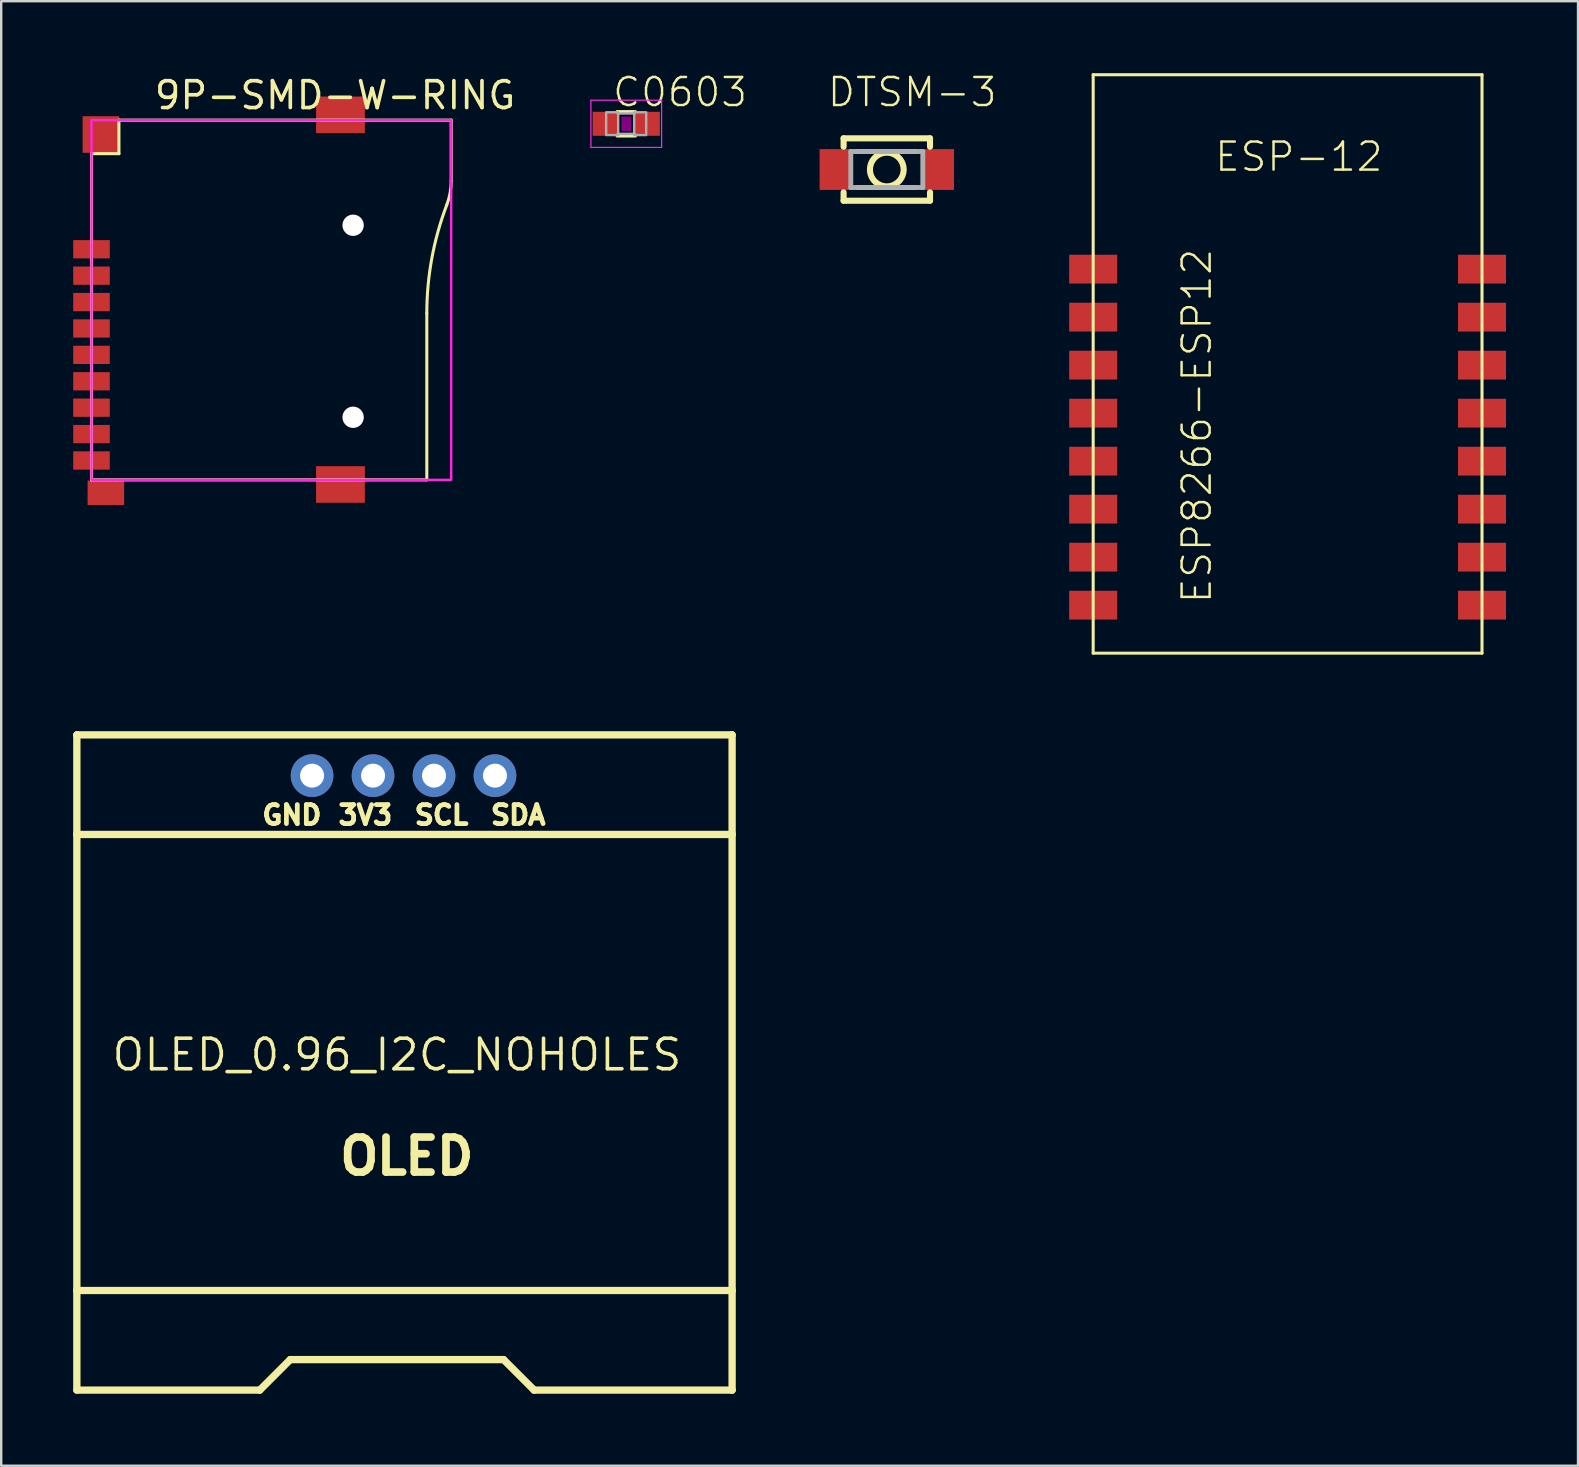
<source format=kicad_pcb>
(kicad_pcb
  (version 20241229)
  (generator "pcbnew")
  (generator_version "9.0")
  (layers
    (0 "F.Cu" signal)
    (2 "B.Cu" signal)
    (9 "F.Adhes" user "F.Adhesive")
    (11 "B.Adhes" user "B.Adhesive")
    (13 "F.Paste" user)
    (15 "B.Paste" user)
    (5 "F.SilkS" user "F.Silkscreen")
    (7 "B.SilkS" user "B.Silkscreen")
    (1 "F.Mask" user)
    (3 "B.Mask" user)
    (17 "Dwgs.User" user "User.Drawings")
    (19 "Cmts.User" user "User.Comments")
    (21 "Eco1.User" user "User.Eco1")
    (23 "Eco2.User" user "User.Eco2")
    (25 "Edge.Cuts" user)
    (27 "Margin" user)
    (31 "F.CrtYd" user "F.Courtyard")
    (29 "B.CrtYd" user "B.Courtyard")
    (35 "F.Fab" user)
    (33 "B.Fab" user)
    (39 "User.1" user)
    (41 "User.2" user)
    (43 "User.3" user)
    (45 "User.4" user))
  (footprint "ESP8266-ESP12"
    (layer "F.Cu")
    (at 42.495 24.163)
    (property "Reference" "ESP8266-ESP12" (at 5 -2 90) (unlocked yes) (layer "F.SilkS") (effects (font (size 1.168 1.168) (thickness 0.102)) (justify left bottom)))
    (fp_line (start 0 -24.1) (end 0 0) (stroke (width 0.127) (type solid)) (layer "F.SilkS"))
    (fp_line (start 0 0) (end 16.2 0) (stroke (width 0.127) (type solid)) (layer "F.SilkS"))
    (fp_line (start 16.2 -24.1) (end 0 -24.1) (stroke (width 0.127) (type solid)) (layer "F.SilkS"))
    (fp_line (start 16.2 0) (end 16.2 -24.1) (stroke (width 0.127) (type solid)) (layer "F.SilkS"))
    (fp_text user "ESP-12" (at 5 -20 0) (unlocked yes) (layer "F.SilkS") (effects (font (size 1.168 1.168) (thickness 0.102)) (justify left bottom)))
    (pad "1" smd rect (at 16.2 -2) (size 2 1.2) (layers "F.Cu" "F.Mask" "F.Paste"))
    (pad "2" smd rect (at 16.2 -4) (size 2 1.2) (layers "F.Cu" "F.Mask" "F.Paste"))
    (pad "3" smd rect (at 16.2 -6) (size 2 1.2) (layers "F.Cu" "F.Mask" "F.Paste"))
    (pad "4" smd rect (at 16.2 -8) (size 2 1.2) (layers "F.Cu" "F.Mask" "F.Paste"))
    (pad "5" smd rect (at 16.2 -10) (size 2 1.2) (layers "F.Cu" "F.Mask" "F.Paste"))
    (pad "6" smd rect (at 16.2 -12) (size 2 1.2) (layers "F.Cu" "F.Mask" "F.Paste"))
    (pad "7" smd rect (at 16.2 -14) (size 2 1.2) (layers "F.Cu" "F.Mask" "F.Paste"))
    (pad "8" smd rect (at 16.2 -16) (size 2 1.2) (layers "F.Cu" "F.Mask" "F.Paste"))
    (pad "9" smd rect (at 0 -16) (size 2 1.2) (layers "F.Cu" "F.Mask" "F.Paste"))
    (pad "10" smd rect (at 0 -14) (size 2 1.2) (layers "F.Cu" "F.Mask" "F.Paste"))
    (pad "11" smd rect (at 0 -12) (size 2 1.2) (layers "F.Cu" "F.Mask" "F.Paste"))
    (pad "12" smd rect (at 0 -10) (size 2 1.2) (layers "F.Cu" "F.Mask" "F.Paste"))
    (pad "13" smd rect (at 0 -8) (size 2 1.2) (layers "F.Cu" "F.Mask" "F.Paste"))
    (pad "14" smd rect (at 0 -6) (size 2 1.2) (layers "F.Cu" "F.Mask" "F.Paste"))
    (pad "15" smd rect (at 0 -4) (size 2 1.2) (layers "F.Cu" "F.Mask" "F.Paste"))
    (pad "16" smd rect (at 0 -2) (size 2 1.2) (layers "F.Cu" "F.Mask" "F.Paste")))
  (footprint "DTSM-3"
    (layer "F.Cu")
    (at 33.897 4.013)
    (property "Reference" "DTSM-3" (at -2.54 -2.54 0) (unlocked yes) (layer "F.SilkS") (effects (font (size 1.168 1.168) (thickness 0.102)) (justify left bottom)))
    (fp_line (start -1.8 -1.3) (end 1.8 -1.3) (stroke (width 0.254) (type solid)) (layer "F.SilkS"))
    (fp_line (start -1.8 -0.95) (end -1.8 -1.3) (stroke (width 0.254) (type solid)) (layer "F.SilkS"))
    (fp_line (start -1.8 0.95) (end -1.8 1.3) (stroke (width 0.254) (type solid)) (layer "F.SilkS"))
    (fp_line (start -1.8 1.3) (end 1.8 1.3) (stroke (width 0.254) (type solid)) (layer "F.SilkS"))
    (fp_line (start -1.25 -0.75) (end 1.25 -0.75) (stroke (width 0.203) (type solid)) (layer "F.SilkS"))
    (fp_line (start -1.25 0.75) (end 1.2 0.75) (stroke (width 0.203) (type solid)) (layer "F.SilkS"))
    (fp_line (start 1.8 -1.3) (end 1.8 -0.95) (stroke (width 0.254) (type solid)) (layer "F.SilkS"))
    (fp_line (start 1.8 1.3) (end 1.8 0.95) (stroke (width 0.254) (type solid)) (layer "F.SilkS"))
    (fp_circle (center 0 0) (end 0.702 0) (stroke (width 0.254) (type solid)) (fill no) (layer "F.SilkS"))
    (fp_line (start -1.5 -0.75) (end 1.5 -0.75) (stroke (width 0.203) (type solid)) (layer "F.Fab"))
    (fp_line (start -1.5 0.75) (end -1.5 -0.75) (stroke (width 0.203) (type solid)) (layer "F.Fab"))
    (fp_line (start 1.5 -0.75) (end 1.5 0.75) (stroke (width 0.203) (type solid)) (layer "F.Fab"))
    (fp_line (start 1.5 0.75) (end -1.5 0.75) (stroke (width 0.203) (type solid)) (layer "F.Fab"))
    (pad "1" smd rect (at -2.15 0) (size 1.3 1.7) (layers "F.Cu" "F.Mask" "F.Paste"))
    (pad "2" smd rect (at 2.15 0) (size 1.3 1.7) (layers "F.Cu" "F.Mask" "F.Paste")))
  (footprint "9P-SMD-W-RING"
    (layer "F.Cu")
    (at 8.255 9.449)
    (property "Reference" "9P-SMD-W-RING" (at -4.953 -7.874 0) (unlocked yes) (layer "F.SilkS") (effects (font (size 1.118 1.118) (thickness 0.152)) (justify left bottom)))
    (fp_line (start -7.493 -6.096) (end -6.35 -6.096) (stroke (width 0.127) (type solid)) (layer "F.SilkS"))
    (fp_line (start -7.493 7.493) (end -7.493 -6.096) (stroke (width 0.127) (type solid)) (layer "F.SilkS"))
    (fp_line (start -6.35 -7.493) (end 7.493 -7.493) (stroke (width 0.127) (type solid)) (layer "F.SilkS"))
    (fp_line (start -6.35 -6.096) (end -6.35 -7.493) (stroke (width 0.127) (type solid)) (layer "F.SilkS"))
    (fp_line (start 6.477 0.559) (end 6.477 7.493) (stroke (width 0.127) (type solid)) (layer "F.SilkS"))
    (fp_line (start 6.477 7.493) (end -7.493 7.493) (stroke (width 0.127) (type solid)) (layer "F.SilkS"))
    (fp_line (start 7.493 -7.493) (end 7.493 -4.962) (stroke (width 0.127) (type solid)) (layer "F.SilkS"))
    (fp_arc (start 6.477 0.5591) (mid 6.686734 -1.739408) (end 7.309 -3.962) (stroke (width 0.127) (type solid)) (layer "F.SilkS"))
    (fp_arc (start 7.493 -4.9619) (mid 7.446621 -4.453555) (end 7.309 -3.962) (stroke (width 0.127) (type solid)) (layer "F.SilkS"))
    (fp_poly (pts (xy -7.493 7.493) (xy 7.493 7.493) (xy 7.493 -7.493) (xy -7.493 -7.493)) (stroke (width 0.1) (type default)) (fill no) (layer "F.CrtYd"))
    (pad "" np_thru_hole circle (at 3.407 -3.114) (size 0.889 0.889) (drill 0.889) (layers "*.Cu" "*.Mask"))
    (pad "" np_thru_hole circle (at 3.407 4.886) (size 0.889 0.889) (drill 0.889) (layers "*.Cu" "*.Mask"))
    (pad "1" smd rect (at -7.493 -2.114) (size 1.524 0.762) (layers "F.Cu" "F.Mask" "F.Paste"))
    (pad "2" smd rect (at -7.493 -1.014) (size 1.524 0.762) (layers "F.Cu" "F.Mask" "F.Paste"))
    (pad "3" smd rect (at -7.493 0.086) (size 1.524 0.762) (layers "F.Cu" "F.Mask" "F.Paste"))
    (pad "4" smd rect (at -7.493 1.186) (size 1.524 0.762) (layers "F.Cu" "F.Mask" "F.Paste"))
    (pad "5" smd rect (at -7.493 2.286) (size 1.524 0.762) (layers "F.Cu" "F.Mask" "F.Paste"))
    (pad "6" smd rect (at -7.493 3.386) (size 1.524 0.762) (layers "F.Cu" "F.Mask" "F.Paste"))
    (pad "7" smd rect (at -7.493 4.486) (size 1.524 0.762) (layers "F.Cu" "F.Mask" "F.Paste"))
    (pad "8" smd rect (at -7.493 5.586) (size 1.524 0.762) (layers "F.Cu" "F.Mask" "F.Paste"))
    (pad "9" smd rect (at -7.493 6.686) (size 1.524 0.762) (layers "F.Cu" "F.Mask" "F.Paste"))
    (pad "G1" smd rect (at -6.893 8.032) (size 1.524 1.016) (layers "F.Cu" "F.Mask" "F.Paste"))
    (pad "G2" smd rect (at 2.88 7.686) (size 2.032 1.524) (layers "F.Cu" "F.Mask" "F.Paste"))
    (pad "G3" smd rect (at 2.88 -7.714) (size 2.032 1.524) (layers "F.Cu" "F.Mask" "F.Paste"))
    (pad "G4" smd rect (at -7.101 -6.895) (size 1.524 1.524) (layers "F.Cu" "F.Mask" "F.Paste")))
  (footprint "OLED_0.96_I2C_NOHOLES"
    (layer "F.Cu")
    (at 13.487 40.896)
    (property "Reference" "OLED_0.96_I2C_NOHOLES" (at 0 0 0) (layer "F.SilkS") (effects (font (size 1.27 1.27) (thickness 0.15))))
    (fp_line (start -13.335 -9.18) (end -13.335 -13.325) (stroke (width 0.305) (type solid)) (layer "F.SilkS"))
    (fp_line (start -13.335 -9.18) (end 13.965 -9.18) (stroke (width 0.305) (type solid)) (layer "F.SilkS"))
    (fp_line (start -13.335 9.82) (end -13.335 -9.18) (stroke (width 0.305) (type solid)) (layer "F.SilkS"))
    (fp_line (start -13.335 9.82) (end 13.965 9.82) (stroke (width 0.305) (type solid)) (layer "F.SilkS"))
    (fp_line (start -13.335 13.97) (end -13.335 9.82) (stroke (width 0.305) (type solid)) (layer "F.SilkS"))
    (fp_line (start -13.33 -13.33) (end 13.958 -13.33) (stroke (width 0.305) (type solid)) (layer "F.SilkS"))
    (fp_line (start -5.715 13.97) (end -13.335 13.97) (stroke (width 0.305) (type solid)) (layer "F.SilkS"))
    (fp_line (start -4.445 12.7) (end -5.715 13.97) (stroke (width 0.305) (type solid)) (layer "F.SilkS"))
    (fp_line (start 4.445 12.7) (end -4.445 12.7) (stroke (width 0.305) (type solid)) (layer "F.SilkS"))
    (fp_line (start 5.715 13.97) (end 4.445 12.7) (stroke (width 0.305) (type solid)) (layer "F.SilkS"))
    (fp_line (start 13.96 13.97) (end 5.715 13.97) (stroke (width 0.305) (type solid)) (layer "F.SilkS"))
    (fp_line (start 13.965 -13.323) (end 13.965 -9.18) (stroke (width 0.305) (type solid)) (layer "F.SilkS"))
    (fp_line (start 13.965 -9.18) (end 13.965 9.82) (stroke (width 0.305) (type solid)) (layer "F.SilkS"))
    (fp_line (start 13.965 9.82) (end 13.965 13.965) (stroke (width 0.305) (type solid)) (layer "F.SilkS"))
    (fp_arc (start -13.335 -13.325) (mid -13.333536 -13.328536) (end -13.33 -13.33) (stroke (width 0.3048) (type solid)) (layer "F.SilkS"))
    (fp_arc (start 13.957931 -13.33) (mid 13.96293 -13.32793) (end 13.965 -13.322931) (stroke (width 0.3048) (type solid)) (layer "F.SilkS"))
    (fp_arc (start 13.965 13.965) (mid 13.963536 13.968536) (end 13.96 13.97) (stroke (width 0.3048) (type solid)) (layer "F.SilkS"))
    (fp_text user "SDA" (at 3.81 -9.525 0) (unlocked yes) (layer "F.SilkS") (effects (font (size 0.792 0.792) (thickness 0.224)) (justify left bottom)))
    (fp_text user "GND" (at -5.715 -9.525 0) (unlocked yes) (layer "F.SilkS") (effects (font (size 0.792 0.792) (thickness 0.224)) (justify left bottom)))
    (fp_text user "OLED" (at -2.54 5.08 0) (unlocked yes) (layer "F.SilkS") (effects (font (size 1.458 1.458) (thickness 0.32)) (justify left bottom)))
    (fp_text user "SCL" (at 0.635 -9.525 0) (unlocked yes) (layer "F.SilkS") (effects (font (size 0.792 0.792) (thickness 0.224)) (justify left bottom)))
    (fp_text user "3V3" (at -2.54 -9.525 0) (unlocked yes) (layer "F.SilkS") (effects (font (size 0.792 0.792) (thickness 0.224)) (justify left bottom)))
    (pad "3V3" thru_hole circle (at -0.995 -11.63 180) (size 1.778 1.778) (drill 1) (layers "*.Cu" "*.Mask"))
    (pad "GND" thru_hole circle (at -3.535 -11.63 270) (size 1.778 1.778) (drill 1) (layers "*.Cu" "*.Mask"))
    (pad "SCL" thru_hole circle (at 1.545 -11.63 180) (size 1.778 1.778) (drill 1) (layers "*.Cu" "*.Mask"))
    (pad "SDA" thru_hole circle (at 4.085 -11.63 180) (size 1.778 1.778) (drill 1) (layers "*.Cu" "*.Mask")))
  (footprint "C0603"
    (layer "F.Cu")
    (at 23.042 2.108)
    (property "Reference" "C0603" (at -0.635 -0.635 0) (unlocked yes) (layer "F.SilkS") (effects (font (size 1.168 1.168) (thickness 0.102)) (justify left bottom)))
    (fp_line (start -0.381 -0.508) (end 0.381 -0.508) (stroke (width 0.127) (type solid)) (layer "F.SilkS"))
    (fp_line (start -0.381 0.508) (end 0.381 0.508) (stroke (width 0.127) (type solid)) (layer "F.SilkS"))
    (fp_poly (pts (xy -0.2 0.3) (xy 0.2 0.3) (xy 0.2 -0.3) (xy -0.2 -0.3)) (stroke (width 0) (type default)) (fill yes) (layer "F.Adhes"))
    (fp_line (start -1.473 -0.983) (end 1.473 -0.983) (stroke (width 0.051) (type solid)) (layer "F.CrtYd"))
    (fp_line (start -1.473 0.983) (end -1.473 -0.983) (stroke (width 0.051) (type solid)) (layer "F.CrtYd"))
    (fp_line (start 1.473 -0.983) (end 1.473 0.983) (stroke (width 0.051) (type solid)) (layer "F.CrtYd"))
    (fp_line (start 1.473 0.983) (end -1.473 0.983) (stroke (width 0.051) (type solid)) (layer "F.CrtYd"))
    (fp_line (start -0.356 -0.432) (end 0.356 -0.432) (stroke (width 0.102) (type solid)) (layer "F.Fab"))
    (fp_line (start -0.356 0.419) (end 0.356 0.419) (stroke (width 0.102) (type solid)) (layer "F.Fab"))
    (fp_poly (pts (xy -0.838 0.47) (xy -0.338 0.47) (xy -0.338 -0.48) (xy -0.838 -0.48)) (stroke (width 0.1) (type default)) (fill no) (layer "F.Fab"))
    (fp_poly (pts (xy 0.33 0.47) (xy 0.83 0.47) (xy 0.83 -0.48) (xy 0.33 -0.48)) (stroke (width 0.1) (type default)) (fill no) (layer "F.Fab"))
    (pad "1" smd rect (at -0.85 0) (size 1.1 1) (layers "F.Cu" "F.Mask" "F.Paste"))
    (pad "2" smd rect (at 0.85 0) (size 1.1 1) (layers "F.Cu" "F.Mask" "F.Paste")))
  (gr_rect
    (start -3 -3)
    (end 62.695 58.018)
    (stroke (width 0.1) (type default))
    (fill no)
    (layer "Edge.Cuts")))
</source>
